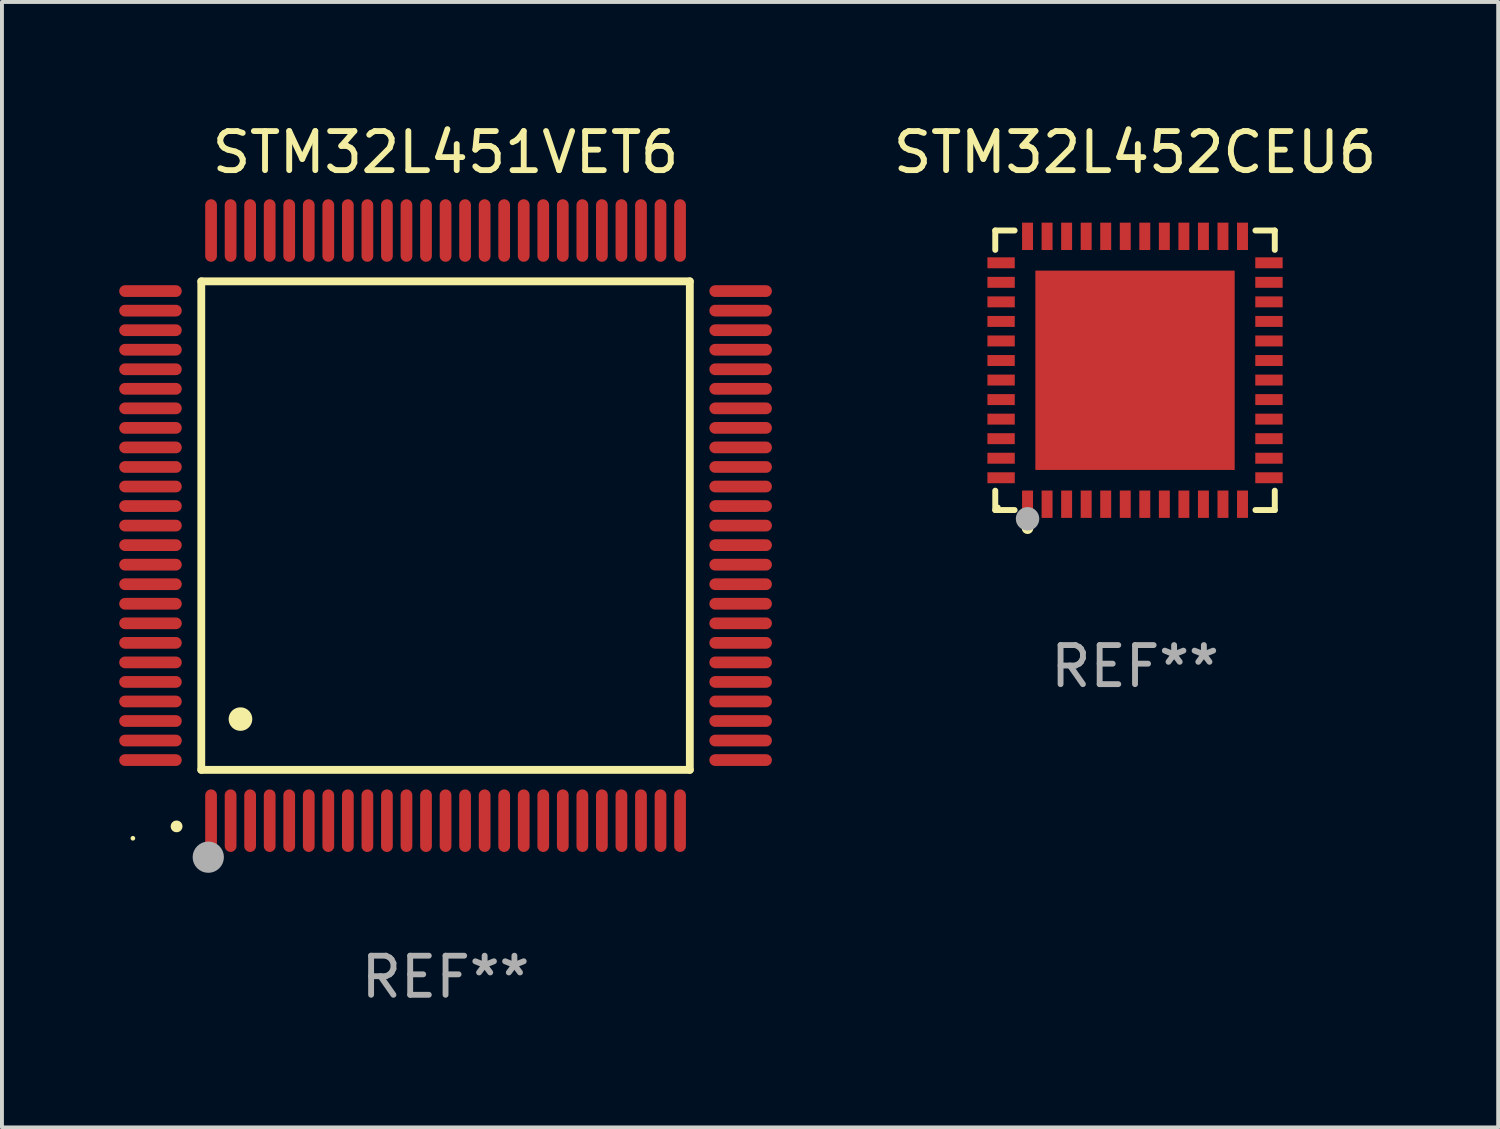
<source format=kicad_pcb>
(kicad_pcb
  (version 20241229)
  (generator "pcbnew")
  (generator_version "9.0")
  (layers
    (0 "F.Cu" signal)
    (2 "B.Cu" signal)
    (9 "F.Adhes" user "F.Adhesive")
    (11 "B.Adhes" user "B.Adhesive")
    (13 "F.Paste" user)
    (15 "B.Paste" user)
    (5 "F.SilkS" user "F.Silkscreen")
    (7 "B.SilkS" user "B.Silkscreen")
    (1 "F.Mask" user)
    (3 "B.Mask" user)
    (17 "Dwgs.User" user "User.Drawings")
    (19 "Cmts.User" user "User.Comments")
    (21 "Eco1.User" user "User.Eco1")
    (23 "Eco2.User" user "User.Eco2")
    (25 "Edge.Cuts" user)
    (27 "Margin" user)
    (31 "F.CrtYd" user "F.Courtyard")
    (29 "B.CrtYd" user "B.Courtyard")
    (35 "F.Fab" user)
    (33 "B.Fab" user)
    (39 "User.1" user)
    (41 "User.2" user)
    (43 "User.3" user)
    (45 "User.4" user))
  (footprint "STM32L452CEU6"
    (layer "F.Cu")
    (at 25.991 6.424)
    (property "Reference" "STM32L452CEU6" (at 0 -5.576 0) (layer "F.SilkS") (effects (font (size 1 1) (thickness 0.15))))
    (attr through_hole)
    (fp_line (start -3.576 -3.576) (end -3.081 -3.576) (stroke (width 0.152) (type solid)) (layer "F.SilkS"))
    (fp_line (start -3.576 -3.081) (end -3.576 -3.576) (stroke (width 0.152) (type solid)) (layer "F.SilkS"))
    (fp_line (start -3.576 3.081) (end -3.576 3.576) (stroke (width 0.152) (type solid)) (layer "F.SilkS"))
    (fp_line (start -3.576 3.576) (end -3.081 3.576) (stroke (width 0.152) (type solid)) (layer "F.SilkS"))
    (fp_line (start 3.576 -3.576) (end 3.081 -3.576) (stroke (width 0.152) (type solid)) (layer "F.SilkS"))
    (fp_line (start 3.576 -3.081) (end 3.576 -3.576) (stroke (width 0.152) (type solid)) (layer "F.SilkS"))
    (fp_line (start 3.576 3.081) (end 3.576 3.576) (stroke (width 0.152) (type solid)) (layer "F.SilkS"))
    (fp_line (start 3.576 3.576) (end 3.081 3.576) (stroke (width 0.152) (type solid)) (layer "F.SilkS"))
    (fp_circle (center -3.5 3.5) (end -3.47 3.5) (stroke (width 0.06) (type solid)) (fill no) (layer "F.SilkS"))
    (fp_circle (center -2.75 4.04) (end -2.675 4.04) (stroke (width 0.15) (type solid)) (fill no) (layer "F.SilkS"))
    (fp_circle (center -2.75 3.8) (end -2.6 3.8) (stroke (width 0.3) (type solid)) (fill no) (layer "F.Fab"))
    (fp_text user "REF**" (at 0 7.576 0) (layer "F.Fab") (effects (font (size 1 1) (thickness 0.15))))
    (pad "1" smd rect (at -2.75 3.427) (size 0.28 0.7) (layers "F.Cu" "F.Mask" "F.Paste"))
    (pad "2" smd rect (at -2.25 3.427) (size 0.28 0.7) (layers "F.Cu" "F.Mask" "F.Paste"))
    (pad "3" smd rect (at -1.75 3.427) (size 0.28 0.7) (layers "F.Cu" "F.Mask" "F.Paste"))
    (pad "4" smd rect (at -1.25 3.427) (size 0.28 0.7) (layers "F.Cu" "F.Mask" "F.Paste"))
    (pad "5" smd rect (at -0.75 3.427) (size 0.28 0.7) (layers "F.Cu" "F.Mask" "F.Paste"))
    (pad "6" smd rect (at -0.25 3.427) (size 0.28 0.7) (layers "F.Cu" "F.Mask" "F.Paste"))
    (pad "7" smd rect (at 0.25 3.427) (size 0.28 0.7) (layers "F.Cu" "F.Mask" "F.Paste"))
    (pad "8" smd rect (at 0.75 3.427) (size 0.28 0.7) (layers "F.Cu" "F.Mask" "F.Paste"))
    (pad "9" smd rect (at 1.25 3.427) (size 0.28 0.7) (layers "F.Cu" "F.Mask" "F.Paste"))
    (pad "10" smd rect (at 1.75 3.427) (size 0.28 0.7) (layers "F.Cu" "F.Mask" "F.Paste"))
    (pad "11" smd rect (at 2.25 3.427) (size 0.28 0.7) (layers "F.Cu" "F.Mask" "F.Paste"))
    (pad "12" smd rect (at 2.75 3.427) (size 0.28 0.7) (layers "F.Cu" "F.Mask" "F.Paste"))
    (pad "13" smd rect (at 3.427 2.75) (size 0.7 0.28) (layers "F.Cu" "F.Mask" "F.Paste"))
    (pad "14" smd rect (at 3.427 2.25) (size 0.7 0.28) (layers "F.Cu" "F.Mask" "F.Paste"))
    (pad "15" smd rect (at 3.427 1.75) (size 0.7 0.28) (layers "F.Cu" "F.Mask" "F.Paste"))
    (pad "16" smd rect (at 3.427 1.25) (size 0.7 0.28) (layers "F.Cu" "F.Mask" "F.Paste"))
    (pad "17" smd rect (at 3.427 0.75) (size 0.7 0.28) (layers "F.Cu" "F.Mask" "F.Paste"))
    (pad "18" smd rect (at 3.427 0.25) (size 0.7 0.28) (layers "F.Cu" "F.Mask" "F.Paste"))
    (pad "19" smd rect (at 3.427 -0.25) (size 0.7 0.28) (layers "F.Cu" "F.Mask" "F.Paste"))
    (pad "20" smd rect (at 3.427 -0.75) (size 0.7 0.28) (layers "F.Cu" "F.Mask" "F.Paste"))
    (pad "21" smd rect (at 3.427 -1.25) (size 0.7 0.28) (layers "F.Cu" "F.Mask" "F.Paste"))
    (pad "22" smd rect (at 3.427 -1.75) (size 0.7 0.28) (layers "F.Cu" "F.Mask" "F.Paste"))
    (pad "23" smd rect (at 3.427 -2.25) (size 0.7 0.28) (layers "F.Cu" "F.Mask" "F.Paste"))
    (pad "24" smd rect (at 3.427 -2.75) (size 0.7 0.28) (layers "F.Cu" "F.Mask" "F.Paste"))
    (pad "25" smd rect (at 2.75 -3.427) (size 0.28 0.7) (layers "F.Cu" "F.Mask" "F.Paste"))
    (pad "26" smd rect (at 2.25 -3.427) (size 0.28 0.7) (layers "F.Cu" "F.Mask" "F.Paste"))
    (pad "27" smd rect (at 1.75 -3.427) (size 0.28 0.7) (layers "F.Cu" "F.Mask" "F.Paste"))
    (pad "28" smd rect (at 1.25 -3.427) (size 0.28 0.7) (layers "F.Cu" "F.Mask" "F.Paste"))
    (pad "29" smd rect (at 0.75 -3.427) (size 0.28 0.7) (layers "F.Cu" "F.Mask" "F.Paste"))
    (pad "30" smd rect (at 0.25 -3.427) (size 0.28 0.7) (layers "F.Cu" "F.Mask" "F.Paste"))
    (pad "31" smd rect (at -0.25 -3.427) (size 0.28 0.7) (layers "F.Cu" "F.Mask" "F.Paste"))
    (pad "32" smd rect (at -0.75 -3.427) (size 0.28 0.7) (layers "F.Cu" "F.Mask" "F.Paste"))
    (pad "33" smd rect (at -1.25 -3.427) (size 0.28 0.7) (layers "F.Cu" "F.Mask" "F.Paste"))
    (pad "34" smd rect (at -1.75 -3.427) (size 0.28 0.7) (layers "F.Cu" "F.Mask" "F.Paste"))
    (pad "35" smd rect (at -2.25 -3.427) (size 0.28 0.7) (layers "F.Cu" "F.Mask" "F.Paste"))
    (pad "36" smd rect (at -2.75 -3.427) (size 0.28 0.7) (layers "F.Cu" "F.Mask" "F.Paste"))
    (pad "37" smd rect (at -3.427 -2.75) (size 0.7 0.28) (layers "F.Cu" "F.Mask" "F.Paste"))
    (pad "38" smd rect (at -3.427 -2.25) (size 0.7 0.28) (layers "F.Cu" "F.Mask" "F.Paste"))
    (pad "39" smd rect (at -3.427 -1.75) (size 0.7 0.28) (layers "F.Cu" "F.Mask" "F.Paste"))
    (pad "40" smd rect (at -3.427 -1.25) (size 0.7 0.28) (layers "F.Cu" "F.Mask" "F.Paste"))
    (pad "41" smd rect (at -3.427 -0.75) (size 0.7 0.28) (layers "F.Cu" "F.Mask" "F.Paste"))
    (pad "42" smd rect (at -3.427 -0.25) (size 0.7 0.28) (layers "F.Cu" "F.Mask" "F.Paste"))
    (pad "43" smd rect (at -3.427 0.25) (size 0.7 0.28) (layers "F.Cu" "F.Mask" "F.Paste"))
    (pad "44" smd rect (at -3.427 0.75) (size 0.7 0.28) (layers "F.Cu" "F.Mask" "F.Paste"))
    (pad "45" smd rect (at -3.427 1.25) (size 0.7 0.28) (layers "F.Cu" "F.Mask" "F.Paste"))
    (pad "46" smd rect (at -3.427 1.75) (size 0.7 0.28) (layers "F.Cu" "F.Mask" "F.Paste"))
    (pad "47" smd rect (at -3.427 2.25) (size 0.7 0.28) (layers "F.Cu" "F.Mask" "F.Paste"))
    (pad "48" smd rect (at -3.427 2.75) (size 0.7 0.28) (layers "F.Cu" "F.Mask" "F.Paste"))
    (pad "49" smd rect (at 0 0) (size 5.1 5.1) (layers "F.Cu" "F.Mask" "F.Paste")))
  (footprint "STM32L451VET6"
    (layer "F.Cu")
    (at 8.35 10.398)
    (property "Reference" "STM32L451VET6" (at 0 -9.55 0) (layer "F.SilkS") (effects (font (size 1 1) (thickness 0.15))))
    (attr through_hole)
    (fp_line (start -6.25 -6.25) (end -6.25 6.25) (stroke (width 0.2) (type solid)) (layer "F.SilkS"))
    (fp_line (start -6.25 6.25) (end 6.25 6.25) (stroke (width 0.2) (type solid)) (layer "F.SilkS"))
    (fp_line (start 6.25 -6.25) (end -6.25 -6.25) (stroke (width 0.2) (type solid)) (layer "F.SilkS"))
    (fp_line (start 6.25 6.25) (end 6.25 -6.25) (stroke (width 0.2) (type solid)) (layer "F.SilkS"))
    (fp_arc (start -6.883414 7.696215) (mid -6.882144 7.69621) (end -6.880874 7.696215) (stroke (width 0.3) (type solid)) (layer "F.SilkS"))
    (fp_arc (start -5.250191 4.95047) (mid -5.247651 4.950459) (end -5.245111 4.95047) (stroke (width 0.6) (type solid)) (layer "F.SilkS"))
    (fp_circle (center -8 8) (end -7.97 8) (stroke (width 0.06) (type solid)) (fill no) (layer "F.SilkS"))
    (fp_circle (center -6.071 8.484) (end -5.871 8.484) (stroke (width 0.4) (type solid)) (fill no) (layer "F.Fab"))
    (fp_text user "REF**" (at 0 11.55 0) (layer "F.Fab") (effects (font (size 1 1) (thickness 0.15))))
    (pad "1" smd oval (at -6 7.55) (size 0.3 1.6) (layers "F.Cu" "F.Mask" "F.Paste"))
    (pad "2" smd oval (at -5.5 7.55) (size 0.3 1.6) (layers "F.Cu" "F.Mask" "F.Paste"))
    (pad "3" smd oval (at -5 7.55) (size 0.3 1.6) (layers "F.Cu" "F.Mask" "F.Paste"))
    (pad "4" smd oval (at -4.5 7.55) (size 0.3 1.6) (layers "F.Cu" "F.Mask" "F.Paste"))
    (pad "5" smd oval (at -4 7.55) (size 0.3 1.6) (layers "F.Cu" "F.Mask" "F.Paste"))
    (pad "6" smd oval (at -3.5 7.55) (size 0.3 1.6) (layers "F.Cu" "F.Mask" "F.Paste"))
    (pad "7" smd oval (at -3 7.55) (size 0.3 1.6) (layers "F.Cu" "F.Mask" "F.Paste"))
    (pad "8" smd oval (at -2.5 7.55) (size 0.3 1.6) (layers "F.Cu" "F.Mask" "F.Paste"))
    (pad "9" smd oval (at -2 7.55) (size 0.3 1.6) (layers "F.Cu" "F.Mask" "F.Paste"))
    (pad "10" smd oval (at -1.5 7.55) (size 0.3 1.6) (layers "F.Cu" "F.Mask" "F.Paste"))
    (pad "11" smd oval (at -1 7.55) (size 0.3 1.6) (layers "F.Cu" "F.Mask" "F.Paste"))
    (pad "12" smd oval (at -0.5 7.55) (size 0.3 1.6) (layers "F.Cu" "F.Mask" "F.Paste"))
    (pad "13" smd oval (at 0 7.55) (size 0.3 1.6) (layers "F.Cu" "F.Mask" "F.Paste"))
    (pad "14" smd oval (at 0.5 7.55) (size 0.3 1.6) (layers "F.Cu" "F.Mask" "F.Paste"))
    (pad "15" smd oval (at 1 7.55) (size 0.3 1.6) (layers "F.Cu" "F.Mask" "F.Paste"))
    (pad "16" smd oval (at 1.5 7.55) (size 0.3 1.6) (layers "F.Cu" "F.Mask" "F.Paste"))
    (pad "17" smd oval (at 2 7.55) (size 0.3 1.6) (layers "F.Cu" "F.Mask" "F.Paste"))
    (pad "18" smd oval (at 2.5 7.55) (size 0.3 1.6) (layers "F.Cu" "F.Mask" "F.Paste"))
    (pad "19" smd oval (at 3 7.55) (size 0.3 1.6) (layers "F.Cu" "F.Mask" "F.Paste"))
    (pad "20" smd oval (at 3.5 7.55) (size 0.3 1.6) (layers "F.Cu" "F.Mask" "F.Paste"))
    (pad "21" smd oval (at 4 7.55) (size 0.3 1.6) (layers "F.Cu" "F.Mask" "F.Paste"))
    (pad "22" smd oval (at 4.5 7.55) (size 0.3 1.6) (layers "F.Cu" "F.Mask" "F.Paste"))
    (pad "23" smd oval (at 5 7.55) (size 0.3 1.6) (layers "F.Cu" "F.Mask" "F.Paste"))
    (pad "24" smd oval (at 5.5 7.55) (size 0.3 1.6) (layers "F.Cu" "F.Mask" "F.Paste"))
    (pad "25" smd oval (at 6 7.55) (size 0.3 1.6) (layers "F.Cu" "F.Mask" "F.Paste"))
    (pad "26" smd oval (at 7.55 6) (size 1.6 0.3) (layers "F.Cu" "F.Mask" "F.Paste"))
    (pad "27" smd oval (at 7.55 5.5) (size 1.6 0.3) (layers "F.Cu" "F.Mask" "F.Paste"))
    (pad "28" smd oval (at 7.55 5) (size 1.6 0.3) (layers "F.Cu" "F.Mask" "F.Paste"))
    (pad "29" smd oval (at 7.55 4.5) (size 1.6 0.3) (layers "F.Cu" "F.Mask" "F.Paste"))
    (pad "30" smd oval (at 7.55 4) (size 1.6 0.3) (layers "F.Cu" "F.Mask" "F.Paste"))
    (pad "31" smd oval (at 7.55 3.5) (size 1.6 0.3) (layers "F.Cu" "F.Mask" "F.Paste"))
    (pad "32" smd oval (at 7.55 3) (size 1.6 0.3) (layers "F.Cu" "F.Mask" "F.Paste"))
    (pad "33" smd oval (at 7.55 2.5) (size 1.6 0.3) (layers "F.Cu" "F.Mask" "F.Paste"))
    (pad "34" smd oval (at 7.55 2) (size 1.6 0.3) (layers "F.Cu" "F.Mask" "F.Paste"))
    (pad "35" smd oval (at 7.55 1.5) (size 1.6 0.3) (layers "F.Cu" "F.Mask" "F.Paste"))
    (pad "36" smd oval (at 7.55 1) (size 1.6 0.3) (layers "F.Cu" "F.Mask" "F.Paste"))
    (pad "37" smd oval (at 7.55 0.5) (size 1.6 0.3) (layers "F.Cu" "F.Mask" "F.Paste"))
    (pad "38" smd oval (at 7.55 0) (size 1.6 0.3) (layers "F.Cu" "F.Mask" "F.Paste"))
    (pad "39" smd oval (at 7.55 -0.5) (size 1.6 0.3) (layers "F.Cu" "F.Mask" "F.Paste"))
    (pad "40" smd oval (at 7.55 -1) (size 1.6 0.3) (layers "F.Cu" "F.Mask" "F.Paste"))
    (pad "41" smd oval (at 7.55 -1.5) (size 1.6 0.3) (layers "F.Cu" "F.Mask" "F.Paste"))
    (pad "42" smd oval (at 7.55 -2) (size 1.6 0.3) (layers "F.Cu" "F.Mask" "F.Paste"))
    (pad "43" smd oval (at 7.55 -2.5) (size 1.6 0.3) (layers "F.Cu" "F.Mask" "F.Paste"))
    (pad "44" smd oval (at 7.55 -3) (size 1.6 0.3) (layers "F.Cu" "F.Mask" "F.Paste"))
    (pad "45" smd oval (at 7.55 -3.5) (size 1.6 0.3) (layers "F.Cu" "F.Mask" "F.Paste"))
    (pad "46" smd oval (at 7.55 -4) (size 1.6 0.3) (layers "F.Cu" "F.Mask" "F.Paste"))
    (pad "47" smd oval (at 7.55 -4.5) (size 1.6 0.3) (layers "F.Cu" "F.Mask" "F.Paste"))
    (pad "48" smd oval (at 7.55 -5) (size 1.6 0.3) (layers "F.Cu" "F.Mask" "F.Paste"))
    (pad "49" smd oval (at 7.55 -5.5) (size 1.6 0.3) (layers "F.Cu" "F.Mask" "F.Paste"))
    (pad "50" smd oval (at 7.55 -6) (size 1.6 0.3) (layers "F.Cu" "F.Mask" "F.Paste"))
    (pad "51" smd oval (at 6 -7.55) (size 0.3 1.6) (layers "F.Cu" "F.Mask" "F.Paste"))
    (pad "52" smd oval (at 5.5 -7.55) (size 0.3 1.6) (layers "F.Cu" "F.Mask" "F.Paste"))
    (pad "53" smd oval (at 5 -7.55) (size 0.3 1.6) (layers "F.Cu" "F.Mask" "F.Paste"))
    (pad "54" smd oval (at 4.5 -7.55) (size 0.3 1.6) (layers "F.Cu" "F.Mask" "F.Paste"))
    (pad "55" smd oval (at 4 -7.55) (size 0.3 1.6) (layers "F.Cu" "F.Mask" "F.Paste"))
    (pad "56" smd oval (at 3.5 -7.55) (size 0.3 1.6) (layers "F.Cu" "F.Mask" "F.Paste"))
    (pad "57" smd oval (at 3 -7.55) (size 0.3 1.6) (layers "F.Cu" "F.Mask" "F.Paste"))
    (pad "58" smd oval (at 2.5 -7.55) (size 0.3 1.6) (layers "F.Cu" "F.Mask" "F.Paste"))
    (pad "59" smd oval (at 2 -7.55) (size 0.3 1.6) (layers "F.Cu" "F.Mask" "F.Paste"))
    (pad "60" smd oval (at 1.5 -7.55) (size 0.3 1.6) (layers "F.Cu" "F.Mask" "F.Paste"))
    (pad "61" smd oval (at 1 -7.55) (size 0.3 1.6) (layers "F.Cu" "F.Mask" "F.Paste"))
    (pad "62" smd oval (at 0.5 -7.55) (size 0.3 1.6) (layers "F.Cu" "F.Mask" "F.Paste"))
    (pad "63" smd oval (at 0 -7.55) (size 0.3 1.6) (layers "F.Cu" "F.Mask" "F.Paste"))
    (pad "64" smd oval (at -0.5 -7.55) (size 0.3 1.6) (layers "F.Cu" "F.Mask" "F.Paste"))
    (pad "65" smd oval (at -1 -7.55) (size 0.3 1.6) (layers "F.Cu" "F.Mask" "F.Paste"))
    (pad "66" smd oval (at -1.5 -7.55) (size 0.3 1.6) (layers "F.Cu" "F.Mask" "F.Paste"))
    (pad "67" smd oval (at -2 -7.55) (size 0.3 1.6) (layers "F.Cu" "F.Mask" "F.Paste"))
    (pad "68" smd oval (at -2.5 -7.55) (size 0.3 1.6) (layers "F.Cu" "F.Mask" "F.Paste"))
    (pad "69" smd oval (at -3 -7.55) (size 0.3 1.6) (layers "F.Cu" "F.Mask" "F.Paste"))
    (pad "70" smd oval (at -3.5 -7.55) (size 0.3 1.6) (layers "F.Cu" "F.Mask" "F.Paste"))
    (pad "71" smd oval (at -4 -7.55) (size 0.3 1.6) (layers "F.Cu" "F.Mask" "F.Paste"))
    (pad "72" smd oval (at -4.5 -7.55) (size 0.3 1.6) (layers "F.Cu" "F.Mask" "F.Paste"))
    (pad "73" smd oval (at -5 -7.55) (size 0.3 1.6) (layers "F.Cu" "F.Mask" "F.Paste"))
    (pad "74" smd oval (at -5.5 -7.55) (size 0.3 1.6) (layers "F.Cu" "F.Mask" "F.Paste"))
    (pad "75" smd oval (at -6 -7.55) (size 0.3 1.6) (layers "F.Cu" "F.Mask" "F.Paste"))
    (pad "76" smd oval (at -7.55 -6) (size 1.6 0.3) (layers "F.Cu" "F.Mask" "F.Paste"))
    (pad "77" smd oval (at -7.55 -5.5) (size 1.6 0.3) (layers "F.Cu" "F.Mask" "F.Paste"))
    (pad "78" smd oval (at -7.55 -5) (size 1.6 0.3) (layers "F.Cu" "F.Mask" "F.Paste"))
    (pad "79" smd oval (at -7.55 -4.5) (size 1.6 0.3) (layers "F.Cu" "F.Mask" "F.Paste"))
    (pad "80" smd oval (at -7.55 -4) (size 1.6 0.3) (layers "F.Cu" "F.Mask" "F.Paste"))
    (pad "81" smd oval (at -7.55 -3.5) (size 1.6 0.3) (layers "F.Cu" "F.Mask" "F.Paste"))
    (pad "82" smd oval (at -7.55 -3) (size 1.6 0.3) (layers "F.Cu" "F.Mask" "F.Paste"))
    (pad "83" smd oval (at -7.55 -2.5) (size 1.6 0.3) (layers "F.Cu" "F.Mask" "F.Paste"))
    (pad "84" smd oval (at -7.55 -2) (size 1.6 0.3) (layers "F.Cu" "F.Mask" "F.Paste"))
    (pad "85" smd oval (at -7.55 -1.5) (size 1.6 0.3) (layers "F.Cu" "F.Mask" "F.Paste"))
    (pad "86" smd oval (at -7.55 -1) (size 1.6 0.3) (layers "F.Cu" "F.Mask" "F.Paste"))
    (pad "87" smd oval (at -7.55 -0.5) (size 1.6 0.3) (layers "F.Cu" "F.Mask" "F.Paste"))
    (pad "88" smd oval (at -7.55 0) (size 1.6 0.3) (layers "F.Cu" "F.Mask" "F.Paste"))
    (pad "89" smd oval (at -7.55 0.5) (size 1.6 0.3) (layers "F.Cu" "F.Mask" "F.Paste"))
    (pad "90" smd oval (at -7.55 1) (size 1.6 0.3) (layers "F.Cu" "F.Mask" "F.Paste"))
    (pad "91" smd oval (at -7.55 1.5) (size 1.6 0.3) (layers "F.Cu" "F.Mask" "F.Paste"))
    (pad "92" smd oval (at -7.55 2) (size 1.6 0.3) (layers "F.Cu" "F.Mask" "F.Paste"))
    (pad "93" smd oval (at -7.55 2.5) (size 1.6 0.3) (layers "F.Cu" "F.Mask" "F.Paste"))
    (pad "94" smd oval (at -7.55 3) (size 1.6 0.3) (layers "F.Cu" "F.Mask" "F.Paste"))
    (pad "95" smd oval (at -7.55 3.5) (size 1.6 0.3) (layers "F.Cu" "F.Mask" "F.Paste"))
    (pad "96" smd oval (at -7.55 4) (size 1.6 0.3) (layers "F.Cu" "F.Mask" "F.Paste"))
    (pad "97" smd oval (at -7.55 4.5) (size 1.6 0.3) (layers "F.Cu" "F.Mask" "F.Paste"))
    (pad "98" smd oval (at -7.55 5) (size 1.6 0.3) (layers "F.Cu" "F.Mask" "F.Paste"))
    (pad "99" smd oval (at -7.55 5.5) (size 1.6 0.3) (layers "F.Cu" "F.Mask" "F.Paste"))
    (pad "100" smd oval (at -7.55 6) (size 1.6 0.3) (layers "F.Cu" "F.Mask" "F.Paste")))
  (gr_rect
    (start -3 -3)
    (end 35.283 25.796)
    (stroke (width 0.1) (type default))
    (fill no)
    (layer "Edge.Cuts")))
</source>
